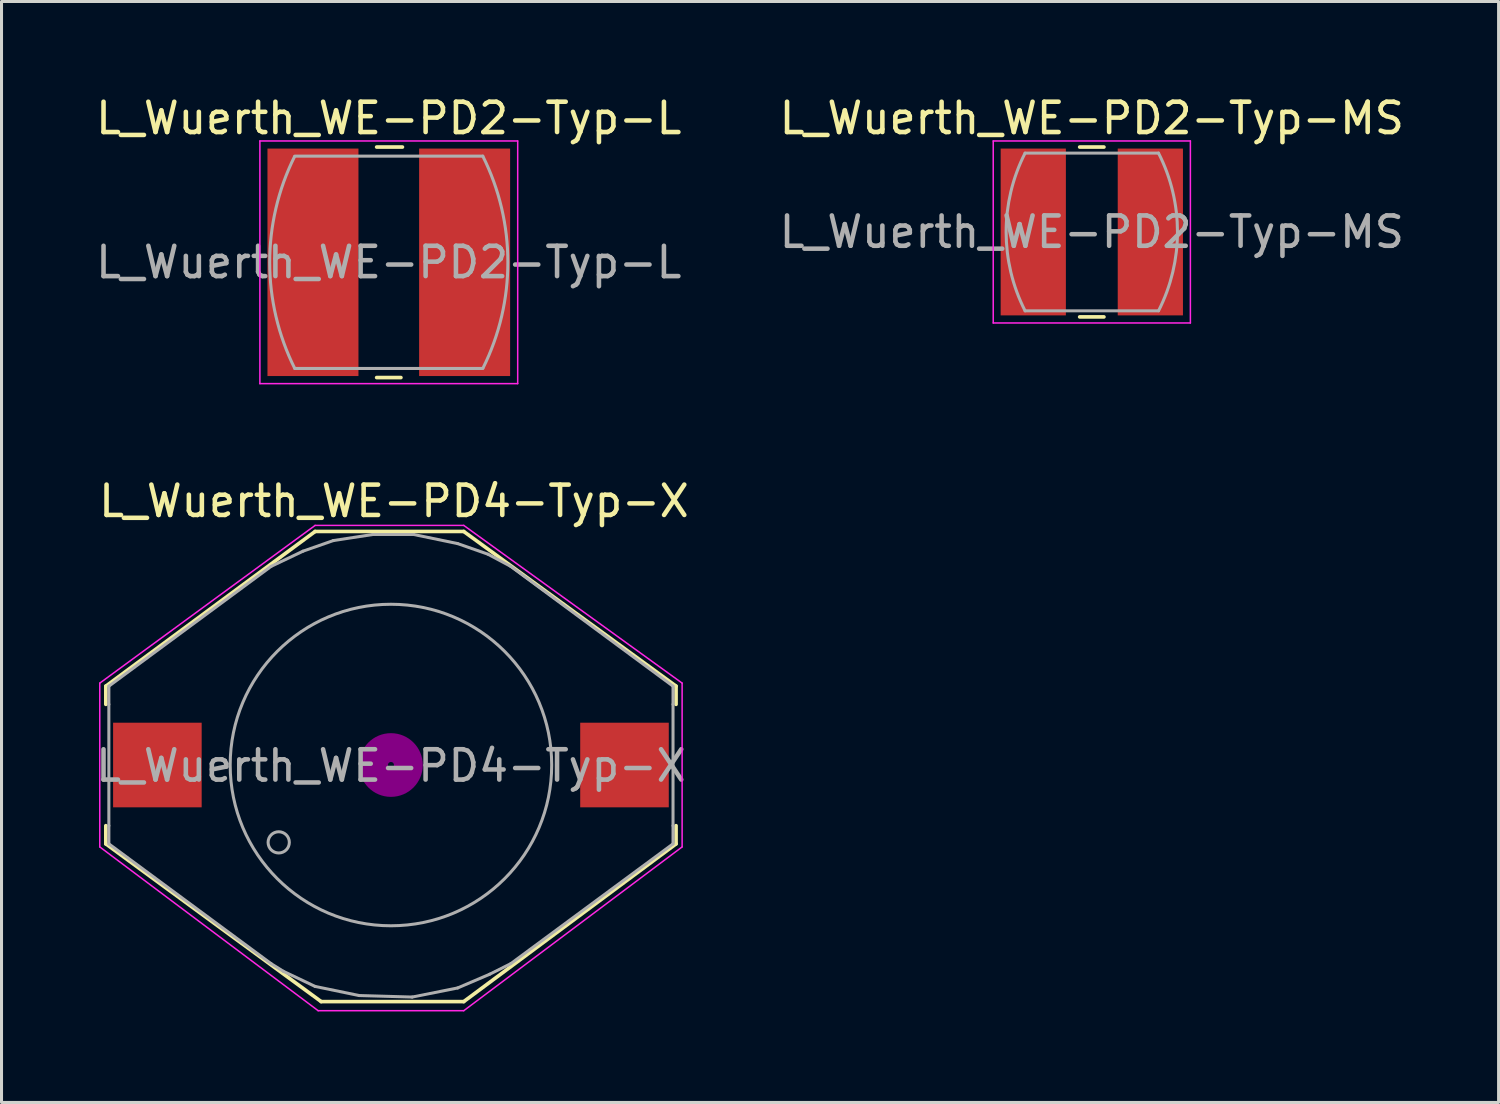
<source format=kicad_pcb>
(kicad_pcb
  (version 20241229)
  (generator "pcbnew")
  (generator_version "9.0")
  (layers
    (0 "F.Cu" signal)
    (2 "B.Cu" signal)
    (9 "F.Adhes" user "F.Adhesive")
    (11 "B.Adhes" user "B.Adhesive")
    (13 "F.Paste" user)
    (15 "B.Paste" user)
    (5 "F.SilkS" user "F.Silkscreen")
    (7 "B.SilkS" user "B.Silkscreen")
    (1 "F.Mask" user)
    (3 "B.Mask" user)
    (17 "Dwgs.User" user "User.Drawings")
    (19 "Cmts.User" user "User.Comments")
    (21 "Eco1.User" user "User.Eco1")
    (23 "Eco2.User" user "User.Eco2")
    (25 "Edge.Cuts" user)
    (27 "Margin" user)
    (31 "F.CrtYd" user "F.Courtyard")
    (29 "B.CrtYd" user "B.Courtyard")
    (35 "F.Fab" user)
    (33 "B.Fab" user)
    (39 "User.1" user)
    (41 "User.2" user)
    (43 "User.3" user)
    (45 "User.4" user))
  (footprint "L_Wuerth_WE-PD2-Typ-L"
    (layer "F.Cu")
    (at 9.768 5.598)
    (property "Reference" "L_Wuerth_WE-PD2-Typ-L" (at 0 -4.75 0) (layer "F.SilkS") (effects (font (size 1 1) (thickness 0.15))))
    (attr smd)
    (fp_line (start -0.4 -3.8) (end 0.45 -3.8) (stroke (width 0.12) (type solid)) (layer "F.SilkS"))
    (fp_line (start -0.4 3.8) (end 0.4 3.8) (stroke (width 0.12) (type solid)) (layer "F.SilkS"))
    (fp_line (start -4.25 -4) (end 4.25 -4) (stroke (width 0.05) (type solid)) (layer "F.CrtYd"))
    (fp_line (start -4.25 4) (end -4.25 -4) (stroke (width 0.05) (type solid)) (layer "F.CrtYd"))
    (fp_line (start 4.25 -4) (end 4.25 4) (stroke (width 0.05) (type solid)) (layer "F.CrtYd"))
    (fp_line (start 4.25 4) (end -4.25 4) (stroke (width 0.05) (type solid)) (layer "F.CrtYd"))
    (fp_line (start -3.1 3.5) (end 3.1 3.5) (stroke (width 0.1) (type solid)) (layer "F.Fab"))
    (fp_line (start 3.1 -3.5) (end -3.1 -3.5) (stroke (width 0.1) (type solid)) (layer "F.Fab"))
    (fp_arc (start -3.1 3.5) (mid -3.926233 0.008885) (end -3.107929 -3.484096) (stroke (width 0.1) (type solid)) (layer "F.Fab"))
    (fp_arc (start 3.1 -3.5) (mid 3.926233 -0.008885) (end 3.107929 3.484096) (stroke (width 0.1) (type solid)) (layer "F.Fab"))
    (fp_text user "${REFERENCE}" (at 0 0 0) (layer "F.Fab") (effects (font (size 1 1) (thickness 0.15))))
    (pad "1" smd rect (at -2.5 0) (size 3 7.5) (layers "F.Cu" "F.Mask" "F.Paste"))
    (pad "2" smd rect (at 2.5 0) (size 3 7.5) (layers "F.Cu" "F.Mask" "F.Paste")))
  (footprint "L_Wuerth_WE-PD2-Typ-MS"
    (layer "F.Cu")
    (at 32.946 4.598)
    (property "Reference" "L_Wuerth_WE-PD2-Typ-MS" (at 0 -3.75 0) (layer "F.SilkS") (effects (font (size 1 1) (thickness 0.15))))
    (attr smd)
    (fp_line (start -0.4 -2.8) (end 0.4 -2.8) (stroke (width 0.12) (type solid)) (layer "F.SilkS"))
    (fp_line (start -0.4 2.8) (end 0.4 2.8) (stroke (width 0.12) (type solid)) (layer "F.SilkS"))
    (fp_line (start -3.25 -3) (end 3.25 -3) (stroke (width 0.05) (type solid)) (layer "F.CrtYd"))
    (fp_line (start -3.25 3) (end -3.25 -3) (stroke (width 0.05) (type solid)) (layer "F.CrtYd"))
    (fp_line (start 3.25 -3) (end 3.25 3) (stroke (width 0.05) (type solid)) (layer "F.CrtYd"))
    (fp_line (start 3.25 3) (end -3.25 3) (stroke (width 0.05) (type solid)) (layer "F.CrtYd"))
    (fp_line (start -2.2 -2.6) (end 2.2 -2.6) (stroke (width 0.1) (type solid)) (layer "F.Fab"))
    (fp_line (start 2.2 2.6) (end -2.2 2.6) (stroke (width 0.1) (type solid)) (layer "F.Fab"))
    (fp_arc (start -2.2 2.6) (mid -2.824509 0.001265) (end -2.201149 -2.597745) (stroke (width 0.1) (type solid)) (layer "F.Fab"))
    (fp_arc (start 2.2 -2.6) (mid 2.824509 -0.001265) (end 2.201149 2.597745) (stroke (width 0.1) (type solid)) (layer "F.Fab"))
    (fp_text user "${REFERENCE}" (at 0 0 0) (layer "F.Fab") (effects (font (size 1 1) (thickness 0.15))))
    (pad "1" smd rect (at -1.93 0) (size 2.15 5.5) (layers "F.Cu" "F.Mask" "F.Paste"))
    (pad "2" smd rect (at 1.93 0) (size 2.15 5.5) (layers "F.Cu" "F.Mask" "F.Paste")))
  (footprint "L_Wuerth_WE-PD4-Typ-X"
    (layer "F.Cu")
    (at 9.839 22.172)
    (property "Reference" "L_Wuerth_WE-PD4-Typ-X" (at 0.1 -8.7 0) (layer "F.SilkS") (effects (font (size 1 1) (thickness 0.15))))
    (attr smd)
    (fp_line (start -9.4 -2.6) (end -2.5 -7.7) (stroke (width 0.12) (type solid)) (layer "F.SilkS"))
    (fp_line (start -9.4 -2) (end -9.4 -2.6) (stroke (width 0.12) (type solid)) (layer "F.SilkS"))
    (fp_line (start -9.4 2.6) (end -9.4 2) (stroke (width 0.12) (type solid)) (layer "F.SilkS"))
    (fp_line (start -9.4 2.6) (end -2.3 7.8) (stroke (width 0.12) (type solid)) (layer "F.SilkS"))
    (fp_line (start -2.5 -7.7) (end 2.4 -7.7) (stroke (width 0.12) (type solid)) (layer "F.SilkS"))
    (fp_line (start -2.3 7.8) (end 2.4 7.8) (stroke (width 0.12) (type solid)) (layer "F.SilkS"))
    (fp_line (start 2.4 -7.7) (end 9.4 -2.6) (stroke (width 0.12) (type solid)) (layer "F.SilkS"))
    (fp_line (start 2.4 7.8) (end 9.4 2.6) (stroke (width 0.12) (type solid)) (layer "F.SilkS"))
    (fp_line (start 9.4 -2) (end 9.4 -2.6) (stroke (width 0.12) (type solid)) (layer "F.SilkS"))
    (fp_line (start 9.4 2.6) (end 9.4 2) (stroke (width 0.12) (type solid)) (layer "F.SilkS"))
    (fp_circle (center 0 0) (end 0.1 0) (stroke (width 0.3) (type solid)) (fill no) (layer "F.Adhes"))
    (fp_circle (center 0 0) (end 0.3 0) (stroke (width 0.3) (type solid)) (fill no) (layer "F.Adhes"))
    (fp_circle (center 0 0) (end 0.5 0) (stroke (width 0.3) (type solid)) (fill no) (layer "F.Adhes"))
    (fp_circle (center 0 0) (end 0.7 0) (stroke (width 0.3) (type solid)) (fill no) (layer "F.Adhes"))
    (fp_circle (center 0 0) (end 0.9 0) (stroke (width 0.3) (type solid)) (fill no) (layer "F.Adhes"))
    (fp_line (start -9.6 -2.7) (end -2.5 -7.9) (stroke (width 0.05) (type solid)) (layer "F.CrtYd"))
    (fp_line (start -9.6 2.7) (end -9.6 -2.7) (stroke (width 0.05) (type solid)) (layer "F.CrtYd"))
    (fp_line (start -2.5 -7.9) (end 2.4 -7.9) (stroke (width 0.05) (type solid)) (layer "F.CrtYd"))
    (fp_line (start -2.4 8.1) (end -9.6 2.7) (stroke (width 0.05) (type solid)) (layer "F.CrtYd"))
    (fp_line (start 2.4 -7.9) (end 9.6 -2.7) (stroke (width 0.05) (type solid)) (layer "F.CrtYd"))
    (fp_line (start 2.4 8.1) (end -2.4 8.1) (stroke (width 0.05) (type solid)) (layer "F.CrtYd"))
    (fp_line (start 9.6 -2.7) (end 9.6 2.7) (stroke (width 0.05) (type solid)) (layer "F.CrtYd"))
    (fp_line (start 9.6 2.7) (end 2.4 8.1) (stroke (width 0.05) (type solid)) (layer "F.CrtYd"))
    (fp_line (start -9.3 -2.6) (end -9.3 -2) (stroke (width 0.1) (type solid)) (layer "F.Fab"))
    (fp_line (start -9.3 -2.6) (end -3.95 -6.55) (stroke (width 0.1) (type solid)) (layer "F.Fab"))
    (fp_line (start -9.3 2) (end -9.3 -2) (stroke (width 0.1) (type solid)) (layer "F.Fab"))
    (fp_line (start -9.3 2) (end -9.3 2.6) (stroke (width 0.1) (type solid)) (layer "F.Fab"))
    (fp_line (start -9.3 2.6) (end -3.95 6.55) (stroke (width 0.1) (type solid)) (layer "F.Fab"))
    (fp_line (start -3.95 -6.55) (end -2.9 -7.05) (stroke (width 0.1) (type solid)) (layer "F.Fab"))
    (fp_line (start -3.55 6.8) (end -3.95 6.55) (stroke (width 0.1) (type solid)) (layer "F.Fab"))
    (fp_line (start -2.9 -7.05) (end -1.9 -7.4) (stroke (width 0.1) (type solid)) (layer "F.Fab"))
    (fp_line (start -2.5 7.3) (end -3.55 6.8) (stroke (width 0.1) (type solid)) (layer "F.Fab"))
    (fp_line (start -1.9 -7.4) (end -0.6 -7.6) (stroke (width 0.1) (type solid)) (layer "F.Fab"))
    (fp_line (start -1.05 7.6) (end -2.5 7.3) (stroke (width 0.1) (type solid)) (layer "F.Fab"))
    (fp_line (start -0.6 -7.6) (end 0.75 -7.6) (stroke (width 0.1) (type solid)) (layer "F.Fab"))
    (fp_line (start 0.7 7.65) (end -1.05 7.6) (stroke (width 0.1) (type solid)) (layer "F.Fab"))
    (fp_line (start 0.75 -7.6) (end 2.2 -7.3) (stroke (width 0.1) (type solid)) (layer "F.Fab"))
    (fp_line (start 2.2 -7.3) (end 3.2 -6.95) (stroke (width 0.1) (type solid)) (layer "F.Fab"))
    (fp_line (start 2.2 7.35) (end 0.7 7.65) (stroke (width 0.1) (type solid)) (layer "F.Fab"))
    (fp_line (start 3.2 -6.95) (end 3.95 -6.55) (stroke (width 0.1) (type solid)) (layer "F.Fab"))
    (fp_line (start 3.25 6.9) (end 2.2 7.35) (stroke (width 0.1) (type solid)) (layer "F.Fab"))
    (fp_line (start 3.95 -6.55) (end 9.3 -2.6) (stroke (width 0.1) (type solid)) (layer "F.Fab"))
    (fp_line (start 3.95 6.55) (end 3.25 6.9) (stroke (width 0.1) (type solid)) (layer "F.Fab"))
    (fp_line (start 9.3 -2) (end 9.3 -2.6) (stroke (width 0.1) (type solid)) (layer "F.Fab"))
    (fp_line (start 9.3 -2) (end 9.3 2) (stroke (width 0.1) (type solid)) (layer "F.Fab"))
    (fp_line (start 9.3 2) (end 9.3 2.6) (stroke (width 0.1) (type solid)) (layer "F.Fab"))
    (fp_line (start 9.3 2.6) (end 3.95 6.55) (stroke (width 0.1) (type solid)) (layer "F.Fab"))
    (fp_circle (center -3.7 2.55) (end -3.7 2.2) (stroke (width 0.1) (type solid)) (fill no) (layer "F.Fab"))
    (fp_circle (center 0 0) (end 0 -5.3) (stroke (width 0.1) (type solid)) (fill no) (layer "F.Fab"))
    (fp_text user "${REFERENCE}" (at 0 0.025 0) (layer "F.Fab") (effects (font (size 1 1) (thickness 0.15))))
    (pad "1" smd rect (at -7.7 0 90) (size 2.79 2.92) (layers "F.Cu" "F.Mask" "F.Paste"))
    (pad "2" smd rect (at 7.7 0 90) (size 2.79 2.92) (layers "F.Cu" "F.Mask" "F.Paste")))
  (gr_rect
    (start -3 -3)
    (end 46.357 33.297)
    (stroke (width 0.1) (type default))
    (fill no)
    (layer "Edge.Cuts")))
</source>
